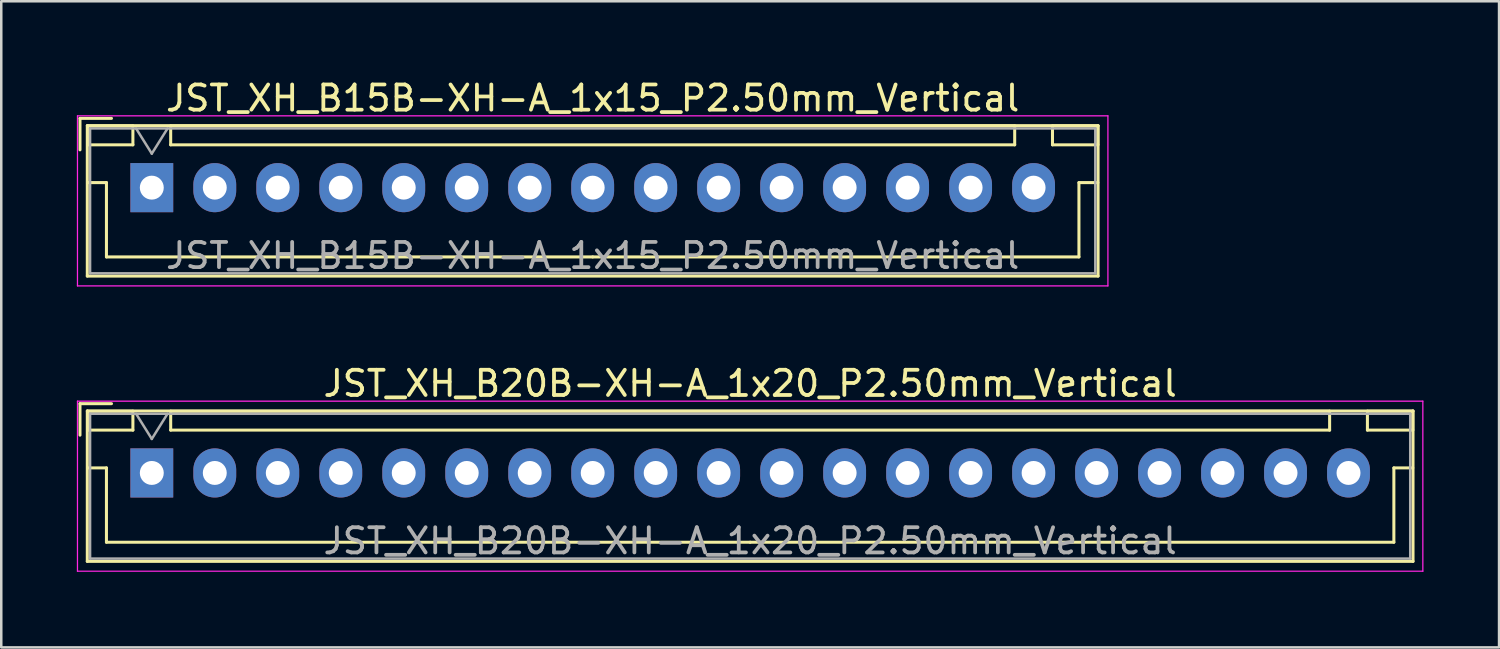
<source format=kicad_pcb>
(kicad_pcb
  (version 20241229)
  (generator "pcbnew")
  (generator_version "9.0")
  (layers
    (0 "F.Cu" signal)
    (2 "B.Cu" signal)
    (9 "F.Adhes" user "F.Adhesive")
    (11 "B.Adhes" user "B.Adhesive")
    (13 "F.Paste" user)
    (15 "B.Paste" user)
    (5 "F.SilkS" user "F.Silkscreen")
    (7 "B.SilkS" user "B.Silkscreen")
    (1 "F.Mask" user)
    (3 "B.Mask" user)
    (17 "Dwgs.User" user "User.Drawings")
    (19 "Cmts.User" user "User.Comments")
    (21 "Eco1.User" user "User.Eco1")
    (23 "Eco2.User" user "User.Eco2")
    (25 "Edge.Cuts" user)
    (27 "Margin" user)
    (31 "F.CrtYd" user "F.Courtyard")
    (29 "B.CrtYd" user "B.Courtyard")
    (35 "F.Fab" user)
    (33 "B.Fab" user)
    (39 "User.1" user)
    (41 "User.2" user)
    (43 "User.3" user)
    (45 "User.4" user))
  (footprint "JST_XH_B15B-XH-A_1x15_P2.50mm_Vertical"
    (layer "F.Cu")
    (at 2.975 4.398)
    (property "Reference" "JST_XH_B15B-XH-A_1x15_P2.50mm_Vertical" (at 17.5 -3.55 0) (layer "F.SilkS") (effects (font (size 1 1) (thickness 0.15))))
    (attr through_hole)
    (fp_line (start -2.85 -2.75) (end -2.85 -1.5) (stroke (width 0.12) (type solid)) (layer "F.SilkS"))
    (fp_line (start -2.56 -2.46) (end -2.56 3.51) (stroke (width 0.12) (type solid)) (layer "F.SilkS"))
    (fp_line (start -2.56 3.51) (end 37.56 3.51) (stroke (width 0.12) (type solid)) (layer "F.SilkS"))
    (fp_line (start -2.55 -2.45) (end -2.55 -1.7) (stroke (width 0.12) (type solid)) (layer "F.SilkS"))
    (fp_line (start -2.55 -1.7) (end -0.75 -1.7) (stroke (width 0.12) (type solid)) (layer "F.SilkS"))
    (fp_line (start -2.55 -0.2) (end -1.8 -0.2) (stroke (width 0.12) (type solid)) (layer "F.SilkS"))
    (fp_line (start -1.8 -0.2) (end -1.8 2.75) (stroke (width 0.12) (type solid)) (layer "F.SilkS"))
    (fp_line (start -1.8 2.75) (end 17.5 2.75) (stroke (width 0.12) (type solid)) (layer "F.SilkS"))
    (fp_line (start -1.6 -2.75) (end -2.85 -2.75) (stroke (width 0.12) (type solid)) (layer "F.SilkS"))
    (fp_line (start -0.75 -2.45) (end -2.55 -2.45) (stroke (width 0.12) (type solid)) (layer "F.SilkS"))
    (fp_line (start -0.75 -1.7) (end -0.75 -2.45) (stroke (width 0.12) (type solid)) (layer "F.SilkS"))
    (fp_line (start 0.75 -2.45) (end 0.75 -1.7) (stroke (width 0.12) (type solid)) (layer "F.SilkS"))
    (fp_line (start 0.75 -1.7) (end 34.25 -1.7) (stroke (width 0.12) (type solid)) (layer "F.SilkS"))
    (fp_line (start 34.25 -2.45) (end 0.75 -2.45) (stroke (width 0.12) (type solid)) (layer "F.SilkS"))
    (fp_line (start 34.25 -1.7) (end 34.25 -2.45) (stroke (width 0.12) (type solid)) (layer "F.SilkS"))
    (fp_line (start 35.75 -2.45) (end 35.75 -1.7) (stroke (width 0.12) (type solid)) (layer "F.SilkS"))
    (fp_line (start 35.75 -1.7) (end 37.55 -1.7) (stroke (width 0.12) (type solid)) (layer "F.SilkS"))
    (fp_line (start 36.8 -0.2) (end 36.8 2.75) (stroke (width 0.12) (type solid)) (layer "F.SilkS"))
    (fp_line (start 36.8 2.75) (end 17.5 2.75) (stroke (width 0.12) (type solid)) (layer "F.SilkS"))
    (fp_line (start 37.55 -2.45) (end 35.75 -2.45) (stroke (width 0.12) (type solid)) (layer "F.SilkS"))
    (fp_line (start 37.55 -1.7) (end 37.55 -2.45) (stroke (width 0.12) (type solid)) (layer "F.SilkS"))
    (fp_line (start 37.55 -0.2) (end 36.8 -0.2) (stroke (width 0.12) (type solid)) (layer "F.SilkS"))
    (fp_line (start 37.56 -2.46) (end -2.56 -2.46) (stroke (width 0.12) (type solid)) (layer "F.SilkS"))
    (fp_line (start 37.56 3.51) (end 37.56 -2.46) (stroke (width 0.12) (type solid)) (layer "F.SilkS"))
    (fp_line (start -2.95 -2.85) (end -2.95 3.9) (stroke (width 0.05) (type solid)) (layer "F.CrtYd"))
    (fp_line (start -2.95 3.9) (end 37.95 3.9) (stroke (width 0.05) (type solid)) (layer "F.CrtYd"))
    (fp_line (start 37.95 -2.85) (end -2.95 -2.85) (stroke (width 0.05) (type solid)) (layer "F.CrtYd"))
    (fp_line (start 37.95 3.9) (end 37.95 -2.85) (stroke (width 0.05) (type solid)) (layer "F.CrtYd"))
    (fp_line (start -2.45 -2.35) (end -2.45 3.4) (stroke (width 0.1) (type solid)) (layer "F.Fab"))
    (fp_line (start -2.45 3.4) (end 37.45 3.4) (stroke (width 0.1) (type solid)) (layer "F.Fab"))
    (fp_line (start -0.625 -2.35) (end 0 -1.35) (stroke (width 0.1) (type solid)) (layer "F.Fab"))
    (fp_line (start 0 -1.35) (end 0.625 -2.35) (stroke (width 0.1) (type solid)) (layer "F.Fab"))
    (fp_line (start 37.45 -2.35) (end -2.45 -2.35) (stroke (width 0.1) (type solid)) (layer "F.Fab"))
    (fp_line (start 37.45 3.4) (end 37.45 -2.35) (stroke (width 0.1) (type solid)) (layer "F.Fab"))
    (fp_text user "${REFERENCE}" (at 17.5 2.7 0) (layer "F.Fab") (effects (font (size 1 1) (thickness 0.15))))
    (pad "1" thru_hole rect (at 0 0) (size 1.7 1.95) (drill 0.95) (layers "*.Cu" "*.Mask"))
    (pad "2" thru_hole oval (at 2.5 0) (size 1.7 1.95) (drill 0.95) (layers "*.Cu" "*.Mask"))
    (pad "3" thru_hole oval (at 5 0) (size 1.7 1.95) (drill 0.95) (layers "*.Cu" "*.Mask"))
    (pad "4" thru_hole oval (at 7.5 0) (size 1.7 1.95) (drill 0.95) (layers "*.Cu" "*.Mask"))
    (pad "5" thru_hole oval (at 10 0) (size 1.7 1.95) (drill 0.95) (layers "*.Cu" "*.Mask"))
    (pad "6" thru_hole oval (at 12.5 0) (size 1.7 1.95) (drill 0.95) (layers "*.Cu" "*.Mask"))
    (pad "7" thru_hole oval (at 15 0) (size 1.7 1.95) (drill 0.95) (layers "*.Cu" "*.Mask"))
    (pad "8" thru_hole oval (at 17.5 0) (size 1.7 1.95) (drill 0.95) (layers "*.Cu" "*.Mask"))
    (pad "9" thru_hole oval (at 20 0) (size 1.7 1.95) (drill 0.95) (layers "*.Cu" "*.Mask"))
    (pad "10" thru_hole oval (at 22.5 0) (size 1.7 1.95) (drill 0.95) (layers "*.Cu" "*.Mask"))
    (pad "11" thru_hole oval (at 25 0) (size 1.7 1.95) (drill 0.95) (layers "*.Cu" "*.Mask"))
    (pad "12" thru_hole oval (at 27.5 0) (size 1.7 1.95) (drill 0.95) (layers "*.Cu" "*.Mask"))
    (pad "13" thru_hole oval (at 30 0) (size 1.7 1.95) (drill 0.95) (layers "*.Cu" "*.Mask"))
    (pad "14" thru_hole oval (at 32.5 0) (size 1.7 1.95) (drill 0.95) (layers "*.Cu" "*.Mask"))
    (pad "15" thru_hole oval (at 35 0) (size 1.7 1.95) (drill 0.95) (layers "*.Cu" "*.Mask")))
  (footprint "JST_XH_B20B-XH-A_1x20_P2.50mm_Vertical"
    (layer "F.Cu")
    (at 2.975 15.722)
    (property "Reference" "JST_XH_B20B-XH-A_1x20_P2.50mm_Vertical" (at 23.75 -3.55 0) (layer "F.SilkS") (effects (font (size 1 1) (thickness 0.15))))
    (attr through_hole)
    (fp_line (start -2.85 -2.75) (end -2.85 -1.5) (stroke (width 0.12) (type solid)) (layer "F.SilkS"))
    (fp_line (start -2.56 -2.46) (end -2.56 3.51) (stroke (width 0.12) (type solid)) (layer "F.SilkS"))
    (fp_line (start -2.56 3.51) (end 50.06 3.51) (stroke (width 0.12) (type solid)) (layer "F.SilkS"))
    (fp_line (start -2.55 -2.45) (end -2.55 -1.7) (stroke (width 0.12) (type solid)) (layer "F.SilkS"))
    (fp_line (start -2.55 -1.7) (end -0.75 -1.7) (stroke (width 0.12) (type solid)) (layer "F.SilkS"))
    (fp_line (start -2.55 -0.2) (end -1.8 -0.2) (stroke (width 0.12) (type solid)) (layer "F.SilkS"))
    (fp_line (start -1.8 -0.2) (end -1.8 2.75) (stroke (width 0.12) (type solid)) (layer "F.SilkS"))
    (fp_line (start -1.8 2.75) (end 23.75 2.75) (stroke (width 0.12) (type solid)) (layer "F.SilkS"))
    (fp_line (start -1.6 -2.75) (end -2.85 -2.75) (stroke (width 0.12) (type solid)) (layer "F.SilkS"))
    (fp_line (start -0.75 -2.45) (end -2.55 -2.45) (stroke (width 0.12) (type solid)) (layer "F.SilkS"))
    (fp_line (start -0.75 -1.7) (end -0.75 -2.45) (stroke (width 0.12) (type solid)) (layer "F.SilkS"))
    (fp_line (start 0.75 -2.45) (end 0.75 -1.7) (stroke (width 0.12) (type solid)) (layer "F.SilkS"))
    (fp_line (start 0.75 -1.7) (end 46.75 -1.7) (stroke (width 0.12) (type solid)) (layer "F.SilkS"))
    (fp_line (start 46.75 -2.45) (end 0.75 -2.45) (stroke (width 0.12) (type solid)) (layer "F.SilkS"))
    (fp_line (start 46.75 -1.7) (end 46.75 -2.45) (stroke (width 0.12) (type solid)) (layer "F.SilkS"))
    (fp_line (start 48.25 -2.45) (end 48.25 -1.7) (stroke (width 0.12) (type solid)) (layer "F.SilkS"))
    (fp_line (start 48.25 -1.7) (end 50.05 -1.7) (stroke (width 0.12) (type solid)) (layer "F.SilkS"))
    (fp_line (start 49.3 -0.2) (end 49.3 2.75) (stroke (width 0.12) (type solid)) (layer "F.SilkS"))
    (fp_line (start 49.3 2.75) (end 23.75 2.75) (stroke (width 0.12) (type solid)) (layer "F.SilkS"))
    (fp_line (start 50.05 -2.45) (end 48.25 -2.45) (stroke (width 0.12) (type solid)) (layer "F.SilkS"))
    (fp_line (start 50.05 -1.7) (end 50.05 -2.45) (stroke (width 0.12) (type solid)) (layer "F.SilkS"))
    (fp_line (start 50.05 -0.2) (end 49.3 -0.2) (stroke (width 0.12) (type solid)) (layer "F.SilkS"))
    (fp_line (start 50.06 -2.46) (end -2.56 -2.46) (stroke (width 0.12) (type solid)) (layer "F.SilkS"))
    (fp_line (start 50.06 3.51) (end 50.06 -2.46) (stroke (width 0.12) (type solid)) (layer "F.SilkS"))
    (fp_line (start -2.95 -2.85) (end -2.95 3.9) (stroke (width 0.05) (type solid)) (layer "F.CrtYd"))
    (fp_line (start -2.95 3.9) (end 50.45 3.9) (stroke (width 0.05) (type solid)) (layer "F.CrtYd"))
    (fp_line (start 50.45 -2.85) (end -2.95 -2.85) (stroke (width 0.05) (type solid)) (layer "F.CrtYd"))
    (fp_line (start 50.45 3.9) (end 50.45 -2.85) (stroke (width 0.05) (type solid)) (layer "F.CrtYd"))
    (fp_line (start -2.45 -2.35) (end -2.45 3.4) (stroke (width 0.1) (type solid)) (layer "F.Fab"))
    (fp_line (start -2.45 3.4) (end 49.95 3.4) (stroke (width 0.1) (type solid)) (layer "F.Fab"))
    (fp_line (start -0.625 -2.35) (end 0 -1.35) (stroke (width 0.1) (type solid)) (layer "F.Fab"))
    (fp_line (start 0 -1.35) (end 0.625 -2.35) (stroke (width 0.1) (type solid)) (layer "F.Fab"))
    (fp_line (start 49.95 -2.35) (end -2.45 -2.35) (stroke (width 0.1) (type solid)) (layer "F.Fab"))
    (fp_line (start 49.95 3.4) (end 49.95 -2.35) (stroke (width 0.1) (type solid)) (layer "F.Fab"))
    (fp_text user "${REFERENCE}" (at 23.75 2.7 0) (layer "F.Fab") (effects (font (size 1 1) (thickness 0.15))))
    (pad "1" thru_hole rect (at 0 0) (size 1.7 1.95) (drill 0.95) (layers "*.Cu" "*.Mask"))
    (pad "2" thru_hole oval (at 2.5 0) (size 1.7 1.95) (drill 0.95) (layers "*.Cu" "*.Mask"))
    (pad "3" thru_hole oval (at 5 0) (size 1.7 1.95) (drill 0.95) (layers "*.Cu" "*.Mask"))
    (pad "4" thru_hole oval (at 7.5 0) (size 1.7 1.95) (drill 0.95) (layers "*.Cu" "*.Mask"))
    (pad "5" thru_hole oval (at 10 0) (size 1.7 1.95) (drill 0.95) (layers "*.Cu" "*.Mask"))
    (pad "6" thru_hole oval (at 12.5 0) (size 1.7 1.95) (drill 0.95) (layers "*.Cu" "*.Mask"))
    (pad "7" thru_hole oval (at 15 0) (size 1.7 1.95) (drill 0.95) (layers "*.Cu" "*.Mask"))
    (pad "8" thru_hole oval (at 17.5 0) (size 1.7 1.95) (drill 0.95) (layers "*.Cu" "*.Mask"))
    (pad "9" thru_hole oval (at 20 0) (size 1.7 1.95) (drill 0.95) (layers "*.Cu" "*.Mask"))
    (pad "10" thru_hole oval (at 22.5 0) (size 1.7 1.95) (drill 0.95) (layers "*.Cu" "*.Mask"))
    (pad "11" thru_hole oval (at 25 0) (size 1.7 1.95) (drill 0.95) (layers "*.Cu" "*.Mask"))
    (pad "12" thru_hole oval (at 27.5 0) (size 1.7 1.95) (drill 0.95) (layers "*.Cu" "*.Mask"))
    (pad "13" thru_hole oval (at 30 0) (size 1.7 1.95) (drill 0.95) (layers "*.Cu" "*.Mask"))
    (pad "14" thru_hole oval (at 32.5 0) (size 1.7 1.95) (drill 0.95) (layers "*.Cu" "*.Mask"))
    (pad "15" thru_hole oval (at 35 0) (size 1.7 1.95) (drill 0.95) (layers "*.Cu" "*.Mask"))
    (pad "16" thru_hole oval (at 37.5 0) (size 1.7 1.95) (drill 0.95) (layers "*.Cu" "*.Mask"))
    (pad "17" thru_hole oval (at 40 0) (size 1.7 1.95) (drill 0.95) (layers "*.Cu" "*.Mask"))
    (pad "18" thru_hole oval (at 42.5 0) (size 1.7 1.95) (drill 0.95) (layers "*.Cu" "*.Mask"))
    (pad "19" thru_hole oval (at 45 0) (size 1.7 1.95) (drill 0.95) (layers "*.Cu" "*.Mask"))
    (pad "20" thru_hole oval (at 47.5 0) (size 1.7 1.95) (drill 0.95) (layers "*.Cu" "*.Mask")))
  (gr_rect
    (start -3 -3)
    (end 56.45 22.646)
    (stroke (width 0.1) (type default))
    (fill no)
    (layer "Edge.Cuts")))
</source>
